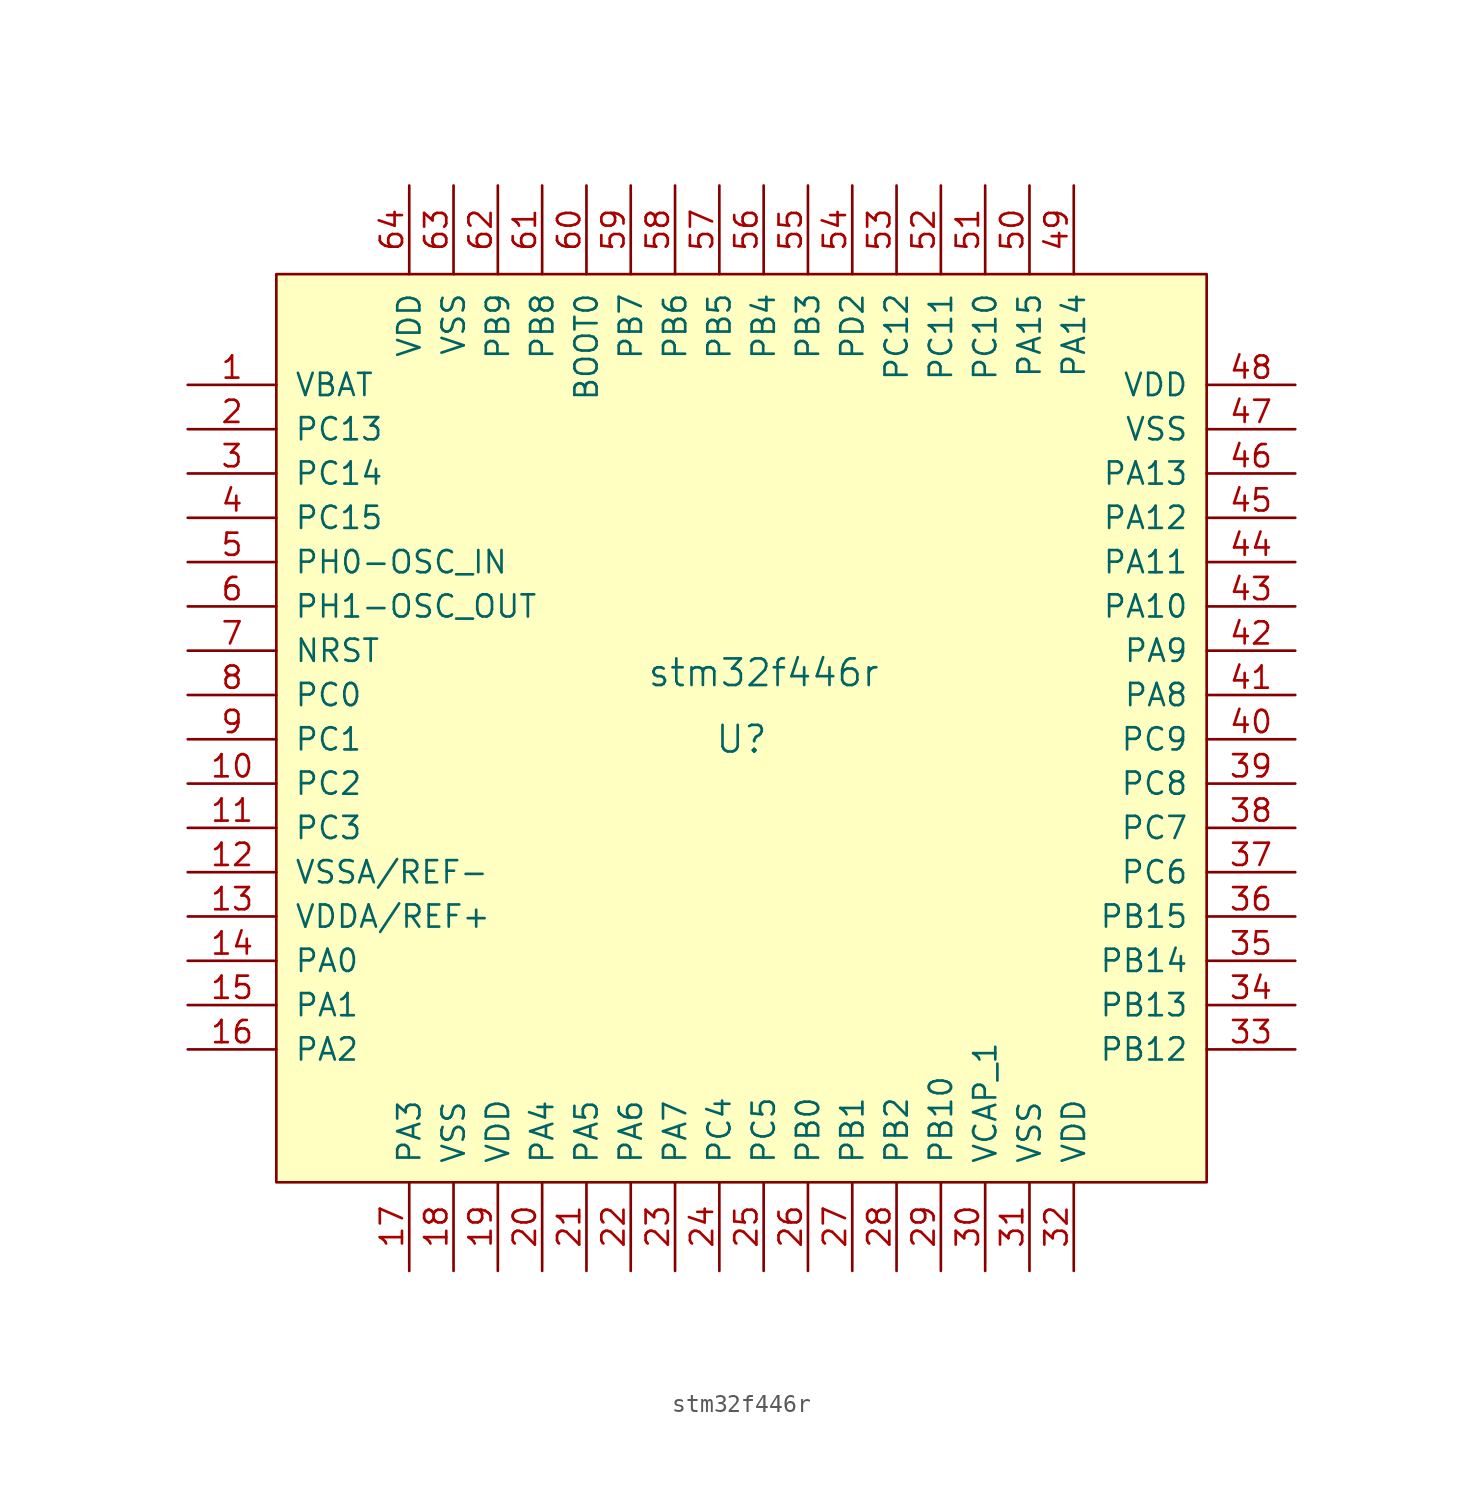
<source format=kicad_sym>
(kicad_symbol_lib
  (version 20211014)
  (generator kicad_symbol_editor)
  (symbol "stm32f446r"
    (pin_names
      (offset 1.016))
    (property "Reference" "U"
      (at 0 -1.27 0)
      (effects (font (size 1.524 1.524))))
    (property "Value" "stm32f446r"
      (at 1.27 2.54 0)
      (effects (font (size 1.524 1.524))))
    (property "Footprint" ""
      (at 0 0 0)
      (effects (font (size 1.524 1.524))))
    (property "Datasheet" ""
      (at 0 0 0)
      (effects (font (size 1.524 1.524))))
    (symbol "stm32f446r_0_1"
      (rectangle (start -26.67 25.4) (end 26.67 -26.67) (stroke (width 0) (type default) (color 0 0 0 0)) (fill (type background))))
    (symbol "stm32f446r_1_1"
      (pin input line (at -31.75 19.05 0) (length 5.08) (name "VBAT" (effects (font (size 1.27 1.27)))) (number "1" (effects (font (size 1.27 1.27)))))
      (pin input line (at -31.75 -3.81 0) (length 5.08) (name "PC2" (effects (font (size 1.27 1.27)))) (number "10" (effects (font (size 1.27 1.27)))))
      (pin input line (at -31.75 -6.35 0) (length 5.08) (name "PC3" (effects (font (size 1.27 1.27)))) (number "11" (effects (font (size 1.27 1.27)))))
      (pin input line (at -31.75 -8.89 0) (length 5.08) (name "VSSA/REF-" (effects (font (size 1.27 1.27)))) (number "12" (effects (font (size 1.27 1.27)))))
      (pin input line (at -31.75 -11.43 0) (length 5.08) (name "VDDA/REF+" (effects (font (size 1.27 1.27)))) (number "13" (effects (font (size 1.27 1.27)))))
      (pin input line (at -31.75 -13.97 0) (length 5.08) (name "PA0" (effects (font (size 1.27 1.27)))) (number "14" (effects (font (size 1.27 1.27)))))
      (pin input line (at -31.75 -16.51 0) (length 5.08) (name "PA1" (effects (font (size 1.27 1.27)))) (number "15" (effects (font (size 1.27 1.27)))))
      (pin input line (at -31.75 -19.05 0) (length 5.08) (name "PA2" (effects (font (size 1.27 1.27)))) (number "16" (effects (font (size 1.27 1.27)))))
      (pin input line (at -19.05 -31.75 90) (length 5.08) (name "PA3" (effects (font (size 1.27 1.27)))) (number "17" (effects (font (size 1.27 1.27)))))
      (pin input line (at -16.51 -31.75 90) (length 5.08) (name "VSS" (effects (font (size 1.27 1.27)))) (number "18" (effects (font (size 1.27 1.27)))))
      (pin input line (at -13.97 -31.75 90) (length 5.08) (name "VDD" (effects (font (size 1.27 1.27)))) (number "19" (effects (font (size 1.27 1.27)))))
      (pin input line (at -31.75 16.51 0) (length 5.08) (name "PC13" (effects (font (size 1.27 1.27)))) (number "2" (effects (font (size 1.27 1.27)))))
      (pin input line (at -11.43 -31.75 90) (length 5.08) (name "PA4" (effects (font (size 1.27 1.27)))) (number "20" (effects (font (size 1.27 1.27)))))
      (pin input line (at -8.89 -31.75 90) (length 5.08) (name "PA5" (effects (font (size 1.27 1.27)))) (number "21" (effects (font (size 1.27 1.27)))))
      (pin input line (at -6.35 -31.75 90) (length 5.08) (name "PA6" (effects (font (size 1.27 1.27)))) (number "22" (effects (font (size 1.27 1.27)))))
      (pin input line (at -3.81 -31.75 90) (length 5.08) (name "PA7" (effects (font (size 1.27 1.27)))) (number "23" (effects (font (size 1.27 1.27)))))
      (pin input line (at -1.27 -31.75 90) (length 5.08) (name "PC4" (effects (font (size 1.27 1.27)))) (number "24" (effects (font (size 1.27 1.27)))))
      (pin input line (at 1.27 -31.75 90) (length 5.08) (name "PC5" (effects (font (size 1.27 1.27)))) (number "25" (effects (font (size 1.27 1.27)))))
      (pin input line (at 3.81 -31.75 90) (length 5.08) (name "PB0" (effects (font (size 1.27 1.27)))) (number "26" (effects (font (size 1.27 1.27)))))
      (pin input line (at 6.35 -31.75 90) (length 5.08) (name "PB1" (effects (font (size 1.27 1.27)))) (number "27" (effects (font (size 1.27 1.27)))))
      (pin input line (at 8.89 -31.75 90) (length 5.08) (name "PB2" (effects (font (size 1.27 1.27)))) (number "28" (effects (font (size 1.27 1.27)))))
      (pin input line (at 11.43 -31.75 90) (length 5.08) (name "PB10" (effects (font (size 1.27 1.27)))) (number "29" (effects (font (size 1.27 1.27)))))
      (pin input line (at -31.75 13.97 0) (length 5.08) (name "PC14" (effects (font (size 1.27 1.27)))) (number "3" (effects (font (size 1.27 1.27)))))
      (pin input line (at 13.97 -31.75 90) (length 5.08) (name "VCAP_1" (effects (font (size 1.27 1.27)))) (number "30" (effects (font (size 1.27 1.27)))))
      (pin input line (at 16.51 -31.75 90) (length 5.08) (name "VSS" (effects (font (size 1.27 1.27)))) (number "31" (effects (font (size 1.27 1.27)))))
      (pin input line (at 19.05 -31.75 90) (length 5.08) (name "VDD" (effects (font (size 1.27 1.27)))) (number "32" (effects (font (size 1.27 1.27)))))
      (pin input line (at 31.75 -19.05 180) (length 5.08) (name "PB12" (effects (font (size 1.27 1.27)))) (number "33" (effects (font (size 1.27 1.27)))))
      (pin input line (at 31.75 -16.51 180) (length 5.08) (name "PB13" (effects (font (size 1.27 1.27)))) (number "34" (effects (font (size 1.27 1.27)))))
      (pin input line (at 31.75 -13.97 180) (length 5.08) (name "PB14" (effects (font (size 1.27 1.27)))) (number "35" (effects (font (size 1.27 1.27)))))
      (pin input line (at 31.75 -11.43 180) (length 5.08) (name "PB15" (effects (font (size 1.27 1.27)))) (number "36" (effects (font (size 1.27 1.27)))))
      (pin input line (at 31.75 -8.89 180) (length 5.08) (name "PC6" (effects (font (size 1.27 1.27)))) (number "37" (effects (font (size 1.27 1.27)))))
      (pin input line (at 31.75 -6.35 180) (length 5.08) (name "PC7" (effects (font (size 1.27 1.27)))) (number "38" (effects (font (size 1.27 1.27)))))
      (pin input line (at 31.75 -3.81 180) (length 5.08) (name "PC8" (effects (font (size 1.27 1.27)))) (number "39" (effects (font (size 1.27 1.27)))))
      (pin input line (at -31.75 11.43 0) (length 5.08) (name "PC15" (effects (font (size 1.27 1.27)))) (number "4" (effects (font (size 1.27 1.27)))))
      (pin input line (at 31.75 -1.27 180) (length 5.08) (name "PC9" (effects (font (size 1.27 1.27)))) (number "40" (effects (font (size 1.27 1.27)))))
      (pin input line (at 31.75 1.27 180) (length 5.08) (name "PA8" (effects (font (size 1.27 1.27)))) (number "41" (effects (font (size 1.27 1.27)))))
      (pin input line (at 31.75 3.81 180) (length 5.08) (name "PA9" (effects (font (size 1.27 1.27)))) (number "42" (effects (font (size 1.27 1.27)))))
      (pin input line (at 31.75 6.35 180) (length 5.08) (name "PA10" (effects (font (size 1.27 1.27)))) (number "43" (effects (font (size 1.27 1.27)))))
      (pin input line (at 31.75 8.89 180) (length 5.08) (name "PA11" (effects (font (size 1.27 1.27)))) (number "44" (effects (font (size 1.27 1.27)))))
      (pin input line (at 31.75 11.43 180) (length 5.08) (name "PA12" (effects (font (size 1.27 1.27)))) (number "45" (effects (font (size 1.27 1.27)))))
      (pin input line (at 31.75 13.97 180) (length 5.08) (name "PA13" (effects (font (size 1.27 1.27)))) (number "46" (effects (font (size 1.27 1.27)))))
      (pin input line (at 31.75 16.51 180) (length 5.08) (name "VSS" (effects (font (size 1.27 1.27)))) (number "47" (effects (font (size 1.27 1.27)))))
      (pin input line (at 31.75 19.05 180) (length 5.08) (name "VDD" (effects (font (size 1.27 1.27)))) (number "48" (effects (font (size 1.27 1.27)))))
      (pin input line (at 19.05 30.48 270) (length 5.08) (name "PA14" (effects (font (size 1.27 1.27)))) (number "49" (effects (font (size 1.27 1.27)))))
      (pin input line (at -31.75 8.89 0) (length 5.08) (name "PH0-OSC_IN" (effects (font (size 1.27 1.27)))) (number "5" (effects (font (size 1.27 1.27)))))
      (pin input line (at 16.51 30.48 270) (length 5.08) (name "PA15" (effects (font (size 1.27 1.27)))) (number "50" (effects (font (size 1.27 1.27)))))
      (pin input line (at 13.97 30.48 270) (length 5.08) (name "PC10" (effects (font (size 1.27 1.27)))) (number "51" (effects (font (size 1.27 1.27)))))
      (pin input line (at 11.43 30.48 270) (length 5.08) (name "PC11" (effects (font (size 1.27 1.27)))) (number "52" (effects (font (size 1.27 1.27)))))
      (pin input line (at 8.89 30.48 270) (length 5.08) (name "PC12" (effects (font (size 1.27 1.27)))) (number "53" (effects (font (size 1.27 1.27)))))
      (pin input line (at 6.35 30.48 270) (length 5.08) (name "PD2" (effects (font (size 1.27 1.27)))) (number "54" (effects (font (size 1.27 1.27)))))
      (pin input line (at 3.81 30.48 270) (length 5.08) (name "PB3" (effects (font (size 1.27 1.27)))) (number "55" (effects (font (size 1.27 1.27)))))
      (pin input line (at 1.27 30.48 270) (length 5.08) (name "PB4" (effects (font (size 1.27 1.27)))) (number "56" (effects (font (size 1.27 1.27)))))
      (pin input line (at -1.27 30.48 270) (length 5.08) (name "PB5" (effects (font (size 1.27 1.27)))) (number "57" (effects (font (size 1.27 1.27)))))
      (pin input line (at -3.81 30.48 270) (length 5.08) (name "PB6" (effects (font (size 1.27 1.27)))) (number "58" (effects (font (size 1.27 1.27)))))
      (pin input line (at -6.35 30.48 270) (length 5.08) (name "PB7" (effects (font (size 1.27 1.27)))) (number "59" (effects (font (size 1.27 1.27)))))
      (pin input line (at -31.75 6.35 0) (length 5.08) (name "PH1-OSC_OUT" (effects (font (size 1.27 1.27)))) (number "6" (effects (font (size 1.27 1.27)))))
      (pin input line (at -8.89 30.48 270) (length 5.08) (name "BOOT0" (effects (font (size 1.27 1.27)))) (number "60" (effects (font (size 1.27 1.27)))))
      (pin input line (at -11.43 30.48 270) (length 5.08) (name "PB8" (effects (font (size 1.27 1.27)))) (number "61" (effects (font (size 1.27 1.27)))))
      (pin input line (at -13.97 30.48 270) (length 5.08) (name "PB9" (effects (font (size 1.27 1.27)))) (number "62" (effects (font (size 1.27 1.27)))))
      (pin input line (at -16.51 30.48 270) (length 5.08) (name "VSS" (effects (font (size 1.27 1.27)))) (number "63" (effects (font (size 1.27 1.27)))))
      (pin input line (at -19.05 30.48 270) (length 5.08) (name "VDD" (effects (font (size 1.27 1.27)))) (number "64" (effects (font (size 1.27 1.27)))))
      (pin input line (at -31.75 3.81 0) (length 5.08) (name "NRST" (effects (font (size 1.27 1.27)))) (number "7" (effects (font (size 1.27 1.27)))))
      (pin input line (at -31.75 1.27 0) (length 5.08) (name "PC0" (effects (font (size 1.27 1.27)))) (number "8" (effects (font (size 1.27 1.27)))))
      (pin input line (at -31.75 -1.27 0) (length 5.08) (name "PC1" (effects (font (size 1.27 1.27)))) (number "9" (effects (font (size 1.27 1.27))))))))
</source>
